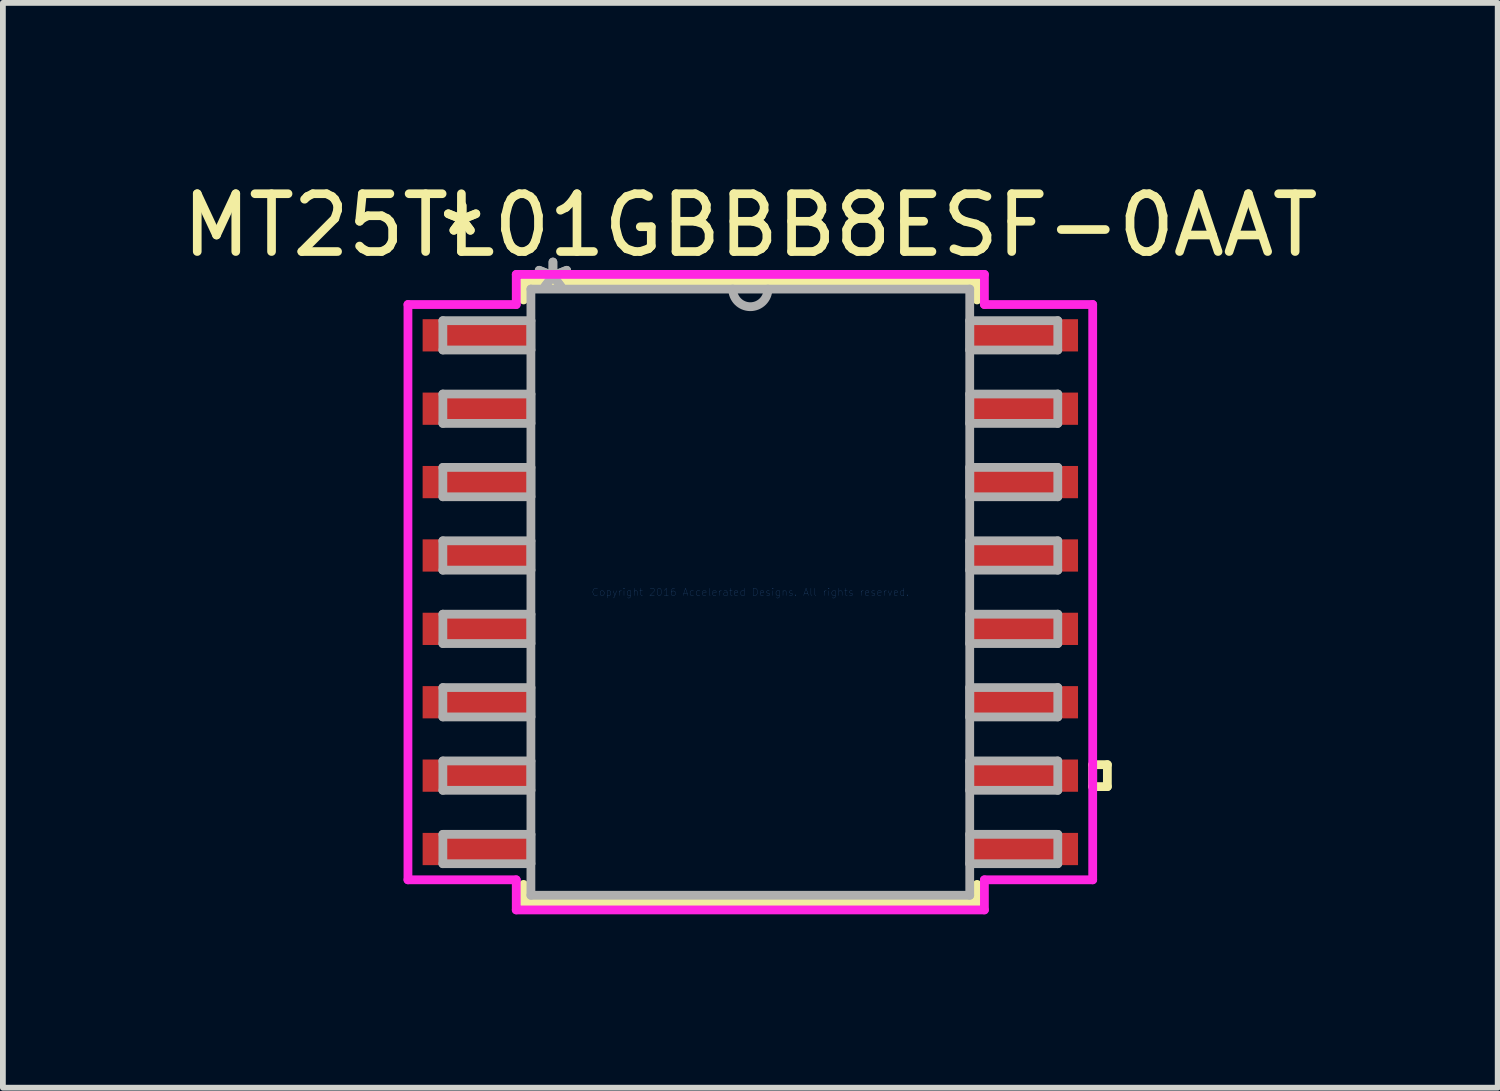
<source format=kicad_pcb>
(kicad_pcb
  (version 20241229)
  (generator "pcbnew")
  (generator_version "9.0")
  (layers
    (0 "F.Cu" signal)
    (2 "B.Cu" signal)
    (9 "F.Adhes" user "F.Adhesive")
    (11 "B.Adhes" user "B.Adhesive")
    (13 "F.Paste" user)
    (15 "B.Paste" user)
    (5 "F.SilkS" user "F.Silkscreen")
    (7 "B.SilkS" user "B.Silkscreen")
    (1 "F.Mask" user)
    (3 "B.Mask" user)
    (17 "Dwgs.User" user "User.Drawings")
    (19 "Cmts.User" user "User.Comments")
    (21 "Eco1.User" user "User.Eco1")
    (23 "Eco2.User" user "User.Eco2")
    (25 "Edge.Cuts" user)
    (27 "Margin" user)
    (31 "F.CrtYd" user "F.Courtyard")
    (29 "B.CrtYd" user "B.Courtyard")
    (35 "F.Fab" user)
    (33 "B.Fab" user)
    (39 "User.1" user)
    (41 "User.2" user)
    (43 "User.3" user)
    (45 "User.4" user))
  (footprint "MT25TL01GBBB8ESF-0AAT"
    (layer "F.Cu")
    (at 9.935 7.198)
    (property "Reference" "MT25TL01GBBB8ESF-0AAT" (at 0 -6.35 0) (layer "F.SilkS") (effects (font (size 1 1) (thickness 0.15))))
    (attr through_hole)
    (fp_line (start -3.924 -5.372) (end -3.924 -5.057) (stroke (width 0.152) (type solid)) (layer "F.SilkS"))
    (fp_line (start -3.924 5.057) (end -3.924 5.372) (stroke (width 0.152) (type solid)) (layer "F.SilkS"))
    (fp_line (start -3.924 5.372) (end 3.924 5.372) (stroke (width 0.152) (type solid)) (layer "F.SilkS"))
    (fp_line (start 3.924 -5.372) (end -3.924 -5.372) (stroke (width 0.152) (type solid)) (layer "F.SilkS"))
    (fp_line (start 3.924 -5.057) (end 3.924 -5.372) (stroke (width 0.152) (type solid)) (layer "F.SilkS"))
    (fp_line (start 3.924 5.372) (end 3.924 5.057) (stroke (width 0.152) (type solid)) (layer "F.SilkS"))
    (fp_line (start 5.925 2.985) (end 6.179 2.985) (stroke (width 0.152) (type solid)) (layer "F.SilkS"))
    (fp_line (start 5.925 3.365) (end 5.925 2.985) (stroke (width 0.152) (type solid)) (layer "F.SilkS"))
    (fp_line (start 6.179 2.985) (end 6.179 3.365) (stroke (width 0.152) (type solid)) (layer "F.SilkS"))
    (fp_line (start 6.179 3.365) (end 5.925 3.365) (stroke (width 0.152) (type solid)) (layer "F.SilkS"))
    (fp_line (start -5.925 -4.978) (end -4.051 -4.978) (stroke (width 0.152) (type solid)) (layer "F.CrtYd"))
    (fp_line (start -5.925 4.978) (end -5.925 -4.978) (stroke (width 0.152) (type solid)) (layer "F.CrtYd"))
    (fp_line (start -4.051 -5.499) (end 4.051 -5.499) (stroke (width 0.152) (type solid)) (layer "F.CrtYd"))
    (fp_line (start -4.051 -4.978) (end -4.051 -5.499) (stroke (width 0.152) (type solid)) (layer "F.CrtYd"))
    (fp_line (start -4.051 4.978) (end -5.925 4.978) (stroke (width 0.152) (type solid)) (layer "F.CrtYd"))
    (fp_line (start -4.051 5.499) (end -4.051 4.978) (stroke (width 0.152) (type solid)) (layer "F.CrtYd"))
    (fp_line (start 4.051 -5.499) (end 4.051 -4.978) (stroke (width 0.152) (type solid)) (layer "F.CrtYd"))
    (fp_line (start 4.051 -4.978) (end 5.925 -4.978) (stroke (width 0.152) (type solid)) (layer "F.CrtYd"))
    (fp_line (start 4.051 4.978) (end 4.051 5.499) (stroke (width 0.152) (type solid)) (layer "F.CrtYd"))
    (fp_line (start 4.051 5.499) (end -4.051 5.499) (stroke (width 0.152) (type solid)) (layer "F.CrtYd"))
    (fp_line (start 5.925 -4.978) (end 5.925 4.978) (stroke (width 0.152) (type solid)) (layer "F.CrtYd"))
    (fp_line (start 5.925 4.978) (end 4.051 4.978) (stroke (width 0.152) (type solid)) (layer "F.CrtYd"))
    (fp_line (start -5.321 -4.699) (end -5.321 -4.191) (stroke (width 0.152) (type solid)) (layer "F.Fab"))
    (fp_line (start -5.321 -4.191) (end -3.797 -4.191) (stroke (width 0.152) (type solid)) (layer "F.Fab"))
    (fp_line (start -5.321 -3.429) (end -5.321 -2.921) (stroke (width 0.152) (type solid)) (layer "F.Fab"))
    (fp_line (start -5.321 -2.921) (end -3.797 -2.921) (stroke (width 0.152) (type solid)) (layer "F.Fab"))
    (fp_line (start -5.321 -2.159) (end -5.321 -1.651) (stroke (width 0.152) (type solid)) (layer "F.Fab"))
    (fp_line (start -5.321 -1.651) (end -3.797 -1.651) (stroke (width 0.152) (type solid)) (layer "F.Fab"))
    (fp_line (start -5.321 -0.889) (end -5.321 -0.381) (stroke (width 0.152) (type solid)) (layer "F.Fab"))
    (fp_line (start -5.321 -0.381) (end -3.797 -0.381) (stroke (width 0.152) (type solid)) (layer "F.Fab"))
    (fp_line (start -5.321 0.381) (end -5.321 0.889) (stroke (width 0.152) (type solid)) (layer "F.Fab"))
    (fp_line (start -5.321 0.889) (end -3.797 0.889) (stroke (width 0.152) (type solid)) (layer "F.Fab"))
    (fp_line (start -5.321 1.651) (end -5.321 2.159) (stroke (width 0.152) (type solid)) (layer "F.Fab"))
    (fp_line (start -5.321 2.159) (end -3.797 2.159) (stroke (width 0.152) (type solid)) (layer "F.Fab"))
    (fp_line (start -5.321 2.921) (end -5.321 3.429) (stroke (width 0.152) (type solid)) (layer "F.Fab"))
    (fp_line (start -5.321 3.429) (end -3.797 3.429) (stroke (width 0.152) (type solid)) (layer "F.Fab"))
    (fp_line (start -5.321 4.191) (end -5.321 4.699) (stroke (width 0.152) (type solid)) (layer "F.Fab"))
    (fp_line (start -5.321 4.699) (end -3.797 4.699) (stroke (width 0.152) (type solid)) (layer "F.Fab"))
    (fp_line (start -3.797 -5.245) (end -3.797 5.245) (stroke (width 0.152) (type solid)) (layer "F.Fab"))
    (fp_line (start -3.797 -4.699) (end -5.321 -4.699) (stroke (width 0.152) (type solid)) (layer "F.Fab"))
    (fp_line (start -3.797 -4.191) (end -3.797 -4.699) (stroke (width 0.152) (type solid)) (layer "F.Fab"))
    (fp_line (start -3.797 -3.429) (end -5.321 -3.429) (stroke (width 0.152) (type solid)) (layer "F.Fab"))
    (fp_line (start -3.797 -2.921) (end -3.797 -3.429) (stroke (width 0.152) (type solid)) (layer "F.Fab"))
    (fp_line (start -3.797 -2.159) (end -5.321 -2.159) (stroke (width 0.152) (type solid)) (layer "F.Fab"))
    (fp_line (start -3.797 -1.651) (end -3.797 -2.159) (stroke (width 0.152) (type solid)) (layer "F.Fab"))
    (fp_line (start -3.797 -0.889) (end -5.321 -0.889) (stroke (width 0.152) (type solid)) (layer "F.Fab"))
    (fp_line (start -3.797 -0.381) (end -3.797 -0.889) (stroke (width 0.152) (type solid)) (layer "F.Fab"))
    (fp_line (start -3.797 0.381) (end -5.321 0.381) (stroke (width 0.152) (type solid)) (layer "F.Fab"))
    (fp_line (start -3.797 0.889) (end -3.797 0.381) (stroke (width 0.152) (type solid)) (layer "F.Fab"))
    (fp_line (start -3.797 1.651) (end -5.321 1.651) (stroke (width 0.152) (type solid)) (layer "F.Fab"))
    (fp_line (start -3.797 2.159) (end -3.797 1.651) (stroke (width 0.152) (type solid)) (layer "F.Fab"))
    (fp_line (start -3.797 2.921) (end -5.321 2.921) (stroke (width 0.152) (type solid)) (layer "F.Fab"))
    (fp_line (start -3.797 3.429) (end -3.797 2.921) (stroke (width 0.152) (type solid)) (layer "F.Fab"))
    (fp_line (start -3.797 4.191) (end -5.321 4.191) (stroke (width 0.152) (type solid)) (layer "F.Fab"))
    (fp_line (start -3.797 4.699) (end -3.797 4.191) (stroke (width 0.152) (type solid)) (layer "F.Fab"))
    (fp_line (start -3.797 5.245) (end 3.797 5.245) (stroke (width 0.152) (type solid)) (layer "F.Fab"))
    (fp_line (start 3.797 -5.245) (end -3.797 -5.245) (stroke (width 0.152) (type solid)) (layer "F.Fab"))
    (fp_line (start 3.797 -4.699) (end 3.797 -4.191) (stroke (width 0.152) (type solid)) (layer "F.Fab"))
    (fp_line (start 3.797 -4.191) (end 5.321 -4.191) (stroke (width 0.152) (type solid)) (layer "F.Fab"))
    (fp_line (start 3.797 -3.429) (end 3.797 -2.921) (stroke (width 0.152) (type solid)) (layer "F.Fab"))
    (fp_line (start 3.797 -2.921) (end 5.321 -2.921) (stroke (width 0.152) (type solid)) (layer "F.Fab"))
    (fp_line (start 3.797 -2.159) (end 3.797 -1.651) (stroke (width 0.152) (type solid)) (layer "F.Fab"))
    (fp_line (start 3.797 -1.651) (end 5.321 -1.651) (stroke (width 0.152) (type solid)) (layer "F.Fab"))
    (fp_line (start 3.797 -0.889) (end 3.797 -0.381) (stroke (width 0.152) (type solid)) (layer "F.Fab"))
    (fp_line (start 3.797 -0.381) (end 5.321 -0.381) (stroke (width 0.152) (type solid)) (layer "F.Fab"))
    (fp_line (start 3.797 0.381) (end 3.797 0.889) (stroke (width 0.152) (type solid)) (layer "F.Fab"))
    (fp_line (start 3.797 0.889) (end 5.321 0.889) (stroke (width 0.152) (type solid)) (layer "F.Fab"))
    (fp_line (start 3.797 1.651) (end 3.797 2.159) (stroke (width 0.152) (type solid)) (layer "F.Fab"))
    (fp_line (start 3.797 2.159) (end 5.321 2.159) (stroke (width 0.152) (type solid)) (layer "F.Fab"))
    (fp_line (start 3.797 2.921) (end 3.797 3.429) (stroke (width 0.152) (type solid)) (layer "F.Fab"))
    (fp_line (start 3.797 3.429) (end 5.321 3.429) (stroke (width 0.152) (type solid)) (layer "F.Fab"))
    (fp_line (start 3.797 4.191) (end 3.797 4.699) (stroke (width 0.152) (type solid)) (layer "F.Fab"))
    (fp_line (start 3.797 4.699) (end 5.321 4.699) (stroke (width 0.152) (type solid)) (layer "F.Fab"))
    (fp_line (start 3.797 5.245) (end 3.797 -5.245) (stroke (width 0.152) (type solid)) (layer "F.Fab"))
    (fp_line (start 5.321 -4.699) (end 3.797 -4.699) (stroke (width 0.152) (type solid)) (layer "F.Fab"))
    (fp_line (start 5.321 -4.191) (end 5.321 -4.699) (stroke (width 0.152) (type solid)) (layer "F.Fab"))
    (fp_line (start 5.321 -3.429) (end 3.797 -3.429) (stroke (width 0.152) (type solid)) (layer "F.Fab"))
    (fp_line (start 5.321 -2.921) (end 5.321 -3.429) (stroke (width 0.152) (type solid)) (layer "F.Fab"))
    (fp_line (start 5.321 -2.159) (end 3.797 -2.159) (stroke (width 0.152) (type solid)) (layer "F.Fab"))
    (fp_line (start 5.321 -1.651) (end 5.321 -2.159) (stroke (width 0.152) (type solid)) (layer "F.Fab"))
    (fp_line (start 5.321 -0.889) (end 3.797 -0.889) (stroke (width 0.152) (type solid)) (layer "F.Fab"))
    (fp_line (start 5.321 -0.381) (end 5.321 -0.889) (stroke (width 0.152) (type solid)) (layer "F.Fab"))
    (fp_line (start 5.321 0.381) (end 3.797 0.381) (stroke (width 0.152) (type solid)) (layer "F.Fab"))
    (fp_line (start 5.321 0.889) (end 5.321 0.381) (stroke (width 0.152) (type solid)) (layer "F.Fab"))
    (fp_line (start 5.321 1.651) (end 3.797 1.651) (stroke (width 0.152) (type solid)) (layer "F.Fab"))
    (fp_line (start 5.321 2.159) (end 5.321 1.651) (stroke (width 0.152) (type solid)) (layer "F.Fab"))
    (fp_line (start 5.321 2.921) (end 3.797 2.921) (stroke (width 0.152) (type solid)) (layer "F.Fab"))
    (fp_line (start 5.321 3.429) (end 5.321 2.921) (stroke (width 0.152) (type solid)) (layer "F.Fab"))
    (fp_line (start 5.321 4.191) (end 3.797 4.191) (stroke (width 0.152) (type solid)) (layer "F.Fab"))
    (fp_line (start 5.321 4.699) (end 5.321 4.191) (stroke (width 0.152) (type solid)) (layer "F.Fab"))
    (fp_arc (start 0.3048 -5.2451) (mid 0 -4.9403) (end -0.3048 -5.2451) (stroke (width 0.1524) (type solid)) (layer "F.Fab"))
    (fp_text user "*" (at -4.988 -6.146 0) (layer "F.SilkS") (effects (font (size 1 1) (thickness 0.15))))
    (fp_text user "*" (at -4.988 -6.146 0) (layer "F.SilkS") (effects (font (size 1 1) (thickness 0.15))))
    (fp_text user "Copyright 2016 Accelerated Designs. All rights reserved." (at 0 0 0) (layer "Cmts.User") (effects (font (size 0.127 0.127) (thickness 0.002))))
    (fp_text user "*" (at -3.416 -5.169 0) (layer "F.Fab") (effects (font (size 1 1) (thickness 0.15))))
    (fp_text user "*" (at -3.416 -5.169 0) (layer "F.Fab") (effects (font (size 1 1) (thickness 0.15))))
    (pad "1" smd rect (at -4.734 -4.445) (size 1.874 0.558) (layers "F.Cu" "F.Mask" "F.Paste"))
    (pad "2" smd rect (at -4.734 -3.175) (size 1.874 0.558) (layers "F.Cu" "F.Mask" "F.Paste"))
    (pad "3" smd rect (at -4.734 -1.905) (size 1.874 0.558) (layers "F.Cu" "F.Mask" "F.Paste"))
    (pad "4" smd rect (at -4.734 -0.635) (size 1.874 0.558) (layers "F.Cu" "F.Mask" "F.Paste"))
    (pad "5" smd rect (at -4.734 0.635) (size 1.874 0.558) (layers "F.Cu" "F.Mask" "F.Paste"))
    (pad "6" smd rect (at -4.734 1.905) (size 1.874 0.558) (layers "F.Cu" "F.Mask" "F.Paste"))
    (pad "7" smd rect (at -4.734 3.175) (size 1.874 0.558) (layers "F.Cu" "F.Mask" "F.Paste"))
    (pad "8" smd rect (at -4.734 4.445) (size 1.874 0.558) (layers "F.Cu" "F.Mask" "F.Paste"))
    (pad "9" smd rect (at 4.734 4.445) (size 1.874 0.558) (layers "F.Cu" "F.Mask" "F.Paste"))
    (pad "10" smd rect (at 4.734 3.175) (size 1.874 0.558) (layers "F.Cu" "F.Mask" "F.Paste"))
    (pad "11" smd rect (at 4.734 1.905) (size 1.874 0.558) (layers "F.Cu" "F.Mask" "F.Paste"))
    (pad "12" smd rect (at 4.734 0.635) (size 1.874 0.558) (layers "F.Cu" "F.Mask" "F.Paste"))
    (pad "13" smd rect (at 4.734 -0.635) (size 1.874 0.558) (layers "F.Cu" "F.Mask" "F.Paste"))
    (pad "14" smd rect (at 4.734 -1.905) (size 1.874 0.558) (layers "F.Cu" "F.Mask" "F.Paste"))
    (pad "15" smd rect (at 4.734 -3.175) (size 1.874 0.558) (layers "F.Cu" "F.Mask" "F.Paste"))
    (pad "16" smd rect (at 4.734 -4.445) (size 1.874 0.558) (layers "F.Cu" "F.Mask" "F.Paste")))
  (gr_rect
    (start -3 -3)
    (end 22.869 15.774)
    (stroke (width 0.1) (type default))
    (fill no)
    (layer "Edge.Cuts")))
</source>
